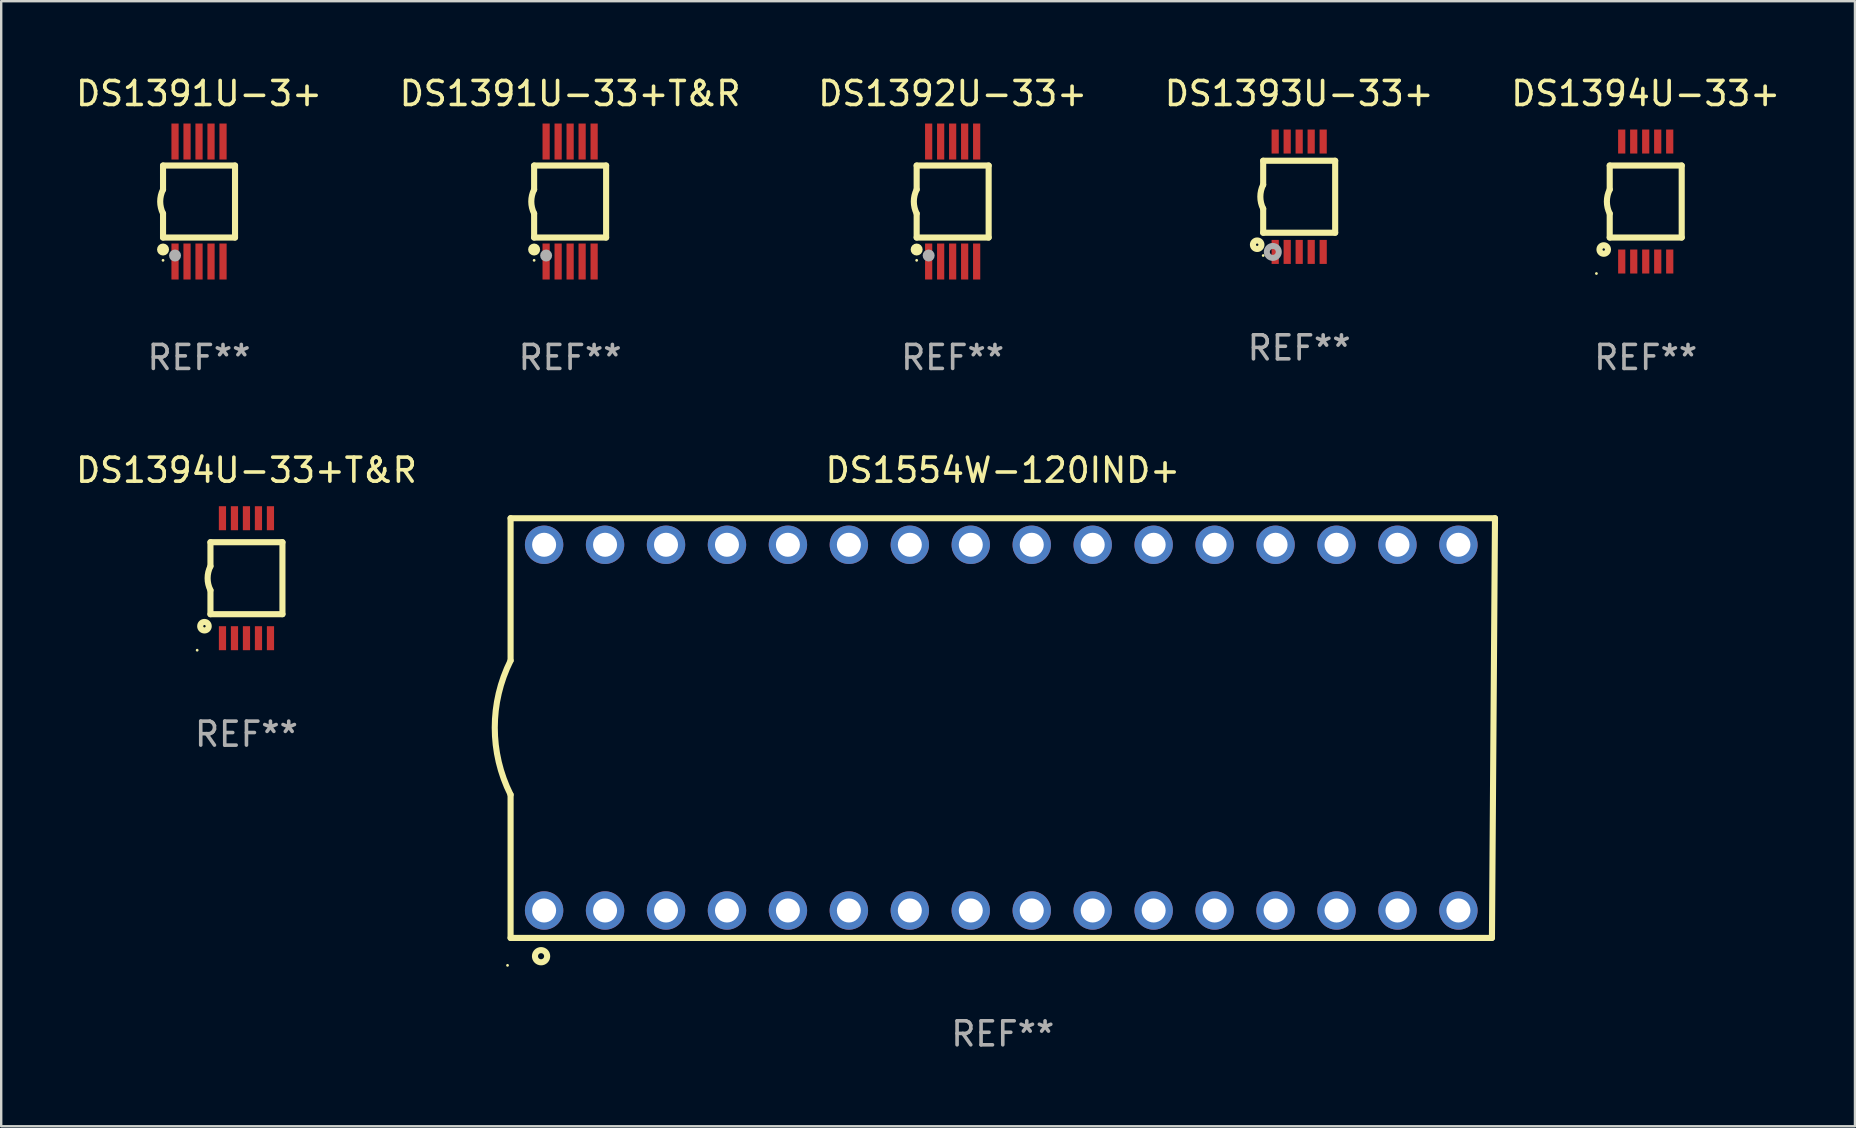
<source format=kicad_pcb>
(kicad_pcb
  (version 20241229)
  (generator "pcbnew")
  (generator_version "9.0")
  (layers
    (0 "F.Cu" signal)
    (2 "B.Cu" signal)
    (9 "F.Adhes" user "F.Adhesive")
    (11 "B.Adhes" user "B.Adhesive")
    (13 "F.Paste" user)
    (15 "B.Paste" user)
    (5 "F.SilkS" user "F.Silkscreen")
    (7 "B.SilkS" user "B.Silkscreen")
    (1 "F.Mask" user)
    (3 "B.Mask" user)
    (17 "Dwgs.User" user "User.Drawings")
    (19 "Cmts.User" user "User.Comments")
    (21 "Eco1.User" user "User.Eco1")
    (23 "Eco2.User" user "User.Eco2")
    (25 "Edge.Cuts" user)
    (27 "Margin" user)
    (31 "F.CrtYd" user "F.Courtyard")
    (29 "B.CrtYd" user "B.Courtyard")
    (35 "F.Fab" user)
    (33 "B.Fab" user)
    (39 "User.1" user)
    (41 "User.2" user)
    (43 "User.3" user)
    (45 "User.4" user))
  (footprint "DS1554W-120IND+"
    (layer "F.Cu")
    (at 38.738 27.29)
    (property "Reference" "DS1554W-120IND+" (at 0 -10.745 0) (layer "F.SilkS") (effects (font (size 1 1) (thickness 0.15))))
    (attr through_hole)
    (fp_line (start -20.511 -8.745) (end -20.511 -2.812) (stroke (width 0.254) (type solid)) (layer "F.SilkS"))
    (fp_line (start -20.511 8.745) (end -20.511 2.776) (stroke (width 0.254) (type solid)) (layer "F.SilkS"))
    (fp_line (start 20.384 8.745) (end -20.511 8.745) (stroke (width 0.254) (type solid)) (layer "F.SilkS"))
    (fp_line (start 20.384 8.745) (end 20.511 -8.745) (stroke (width 0.254) (type solid)) (layer "F.SilkS"))
    (fp_line (start 20.511 -8.745) (end -20.511 -8.745) (stroke (width 0.254) (type solid)) (layer "F.SilkS"))
    (fp_arc (start -20.510541 2.776022) (mid -21.170116 -0.017983) (end -20.510541 -2.811989) (stroke (width 0.254001) (type solid)) (layer "F.SilkS"))
    (fp_circle (center -20.638 9.888) (end -20.608 9.888) (stroke (width 0.06) (type solid)) (fill no) (layer "F.SilkS"))
    (fp_circle (center -19.241 9.507) (end -18.987 9.507) (stroke (width 0.254) (type solid)) (fill no) (layer "F.SilkS"))
    (fp_text user "REF**" (at 0 12.745 0) (layer "F.Fab") (effects (font (size 1 1) (thickness 0.15))))
    (pad "1" thru_hole circle (at -19.114 7.602) (size 1.6 1.6) (drill 1) (layers "*.Cu" "*.Mask"))
    (pad "2" thru_hole circle (at -16.574 7.602) (size 1.6 1.6) (drill 1) (layers "*.Cu" "*.Mask"))
    (pad "3" thru_hole circle (at -14.034 7.602) (size 1.6 1.6) (drill 1) (layers "*.Cu" "*.Mask"))
    (pad "4" thru_hole circle (at -11.494 7.602) (size 1.6 1.6) (drill 1) (layers "*.Cu" "*.Mask"))
    (pad "5" thru_hole circle (at -8.954 7.602) (size 1.6 1.6) (drill 1) (layers "*.Cu" "*.Mask"))
    (pad "6" thru_hole circle (at -6.414 7.602) (size 1.6 1.6) (drill 1) (layers "*.Cu" "*.Mask"))
    (pad "7" thru_hole circle (at -3.874 7.602) (size 1.6 1.6) (drill 1) (layers "*.Cu" "*.Mask"))
    (pad "8" thru_hole circle (at -1.334 7.602) (size 1.6 1.6) (drill 1) (layers "*.Cu" "*.Mask"))
    (pad "9" thru_hole circle (at 1.207 7.602) (size 1.6 1.6) (drill 1) (layers "*.Cu" "*.Mask"))
    (pad "10" thru_hole circle (at 3.747 7.602) (size 1.6 1.6) (drill 1) (layers "*.Cu" "*.Mask"))
    (pad "11" thru_hole circle (at 6.287 7.602) (size 1.6 1.6) (drill 1) (layers "*.Cu" "*.Mask"))
    (pad "12" thru_hole circle (at 8.827 7.602) (size 1.6 1.6) (drill 1) (layers "*.Cu" "*.Mask"))
    (pad "13" thru_hole circle (at 11.367 7.602) (size 1.6 1.6) (drill 1) (layers "*.Cu" "*.Mask"))
    (pad "14" thru_hole circle (at 13.907 7.602) (size 1.6 1.6) (drill 1) (layers "*.Cu" "*.Mask"))
    (pad "15" thru_hole circle (at 16.447 7.602) (size 1.6 1.6) (drill 1) (layers "*.Cu" "*.Mask"))
    (pad "16" thru_hole circle (at 18.987 7.602) (size 1.6 1.6) (drill 1) (layers "*.Cu" "*.Mask"))
    (pad "17" thru_hole circle (at 18.987 -7.638) (size 1.6 1.6) (drill 1) (layers "*.Cu" "*.Mask"))
    (pad "18" thru_hole circle (at 16.447 -7.638) (size 1.6 1.6) (drill 1) (layers "*.Cu" "*.Mask"))
    (pad "19" thru_hole circle (at 13.907 -7.638) (size 1.6 1.6) (drill 1) (layers "*.Cu" "*.Mask"))
    (pad "20" thru_hole circle (at 11.367 -7.638) (size 1.6 1.6) (drill 1) (layers "*.Cu" "*.Mask"))
    (pad "21" thru_hole circle (at 8.827 -7.638) (size 1.6 1.6) (drill 1) (layers "*.Cu" "*.Mask"))
    (pad "22" thru_hole circle (at 6.287 -7.638) (size 1.6 1.6) (drill 1) (layers "*.Cu" "*.Mask"))
    (pad "23" thru_hole circle (at 3.747 -7.638) (size 1.6 1.6) (drill 1) (layers "*.Cu" "*.Mask"))
    (pad "24" thru_hole circle (at 1.207 -7.638) (size 1.6 1.6) (drill 1) (layers "*.Cu" "*.Mask"))
    (pad "25" thru_hole circle (at -1.334 -7.638) (size 1.6 1.6) (drill 1) (layers "*.Cu" "*.Mask"))
    (pad "26" thru_hole circle (at -3.874 -7.638) (size 1.6 1.6) (drill 1) (layers "*.Cu" "*.Mask"))
    (pad "27" thru_hole circle (at -6.414 -7.638) (size 1.6 1.6) (drill 1) (layers "*.Cu" "*.Mask"))
    (pad "28" thru_hole circle (at -8.954 -7.638) (size 1.6 1.6) (drill 1) (layers "*.Cu" "*.Mask"))
    (pad "29" thru_hole circle (at -11.494 -7.638) (size 1.6 1.6) (drill 1) (layers "*.Cu" "*.Mask"))
    (pad "30" thru_hole circle (at -14.034 -7.638) (size 1.6 1.6) (drill 1) (layers "*.Cu" "*.Mask"))
    (pad "31" thru_hole circle (at -16.574 -7.638) (size 1.6 1.6) (drill 1) (layers "*.Cu" "*.Mask"))
    (pad "32" thru_hole circle (at -19.114 -7.638) (size 1.6 1.6) (drill 1) (layers "*.Cu" "*.Mask")))
  (footprint "DS1394U-33+T&R"
    (layer "F.Cu")
    (at 7.22 21.045)
    (property "Reference" "DS1394U-33+T&R" (at 0 -4.5 0) (layer "F.SilkS") (effects (font (size 1 1) (thickness 0.15))))
    (attr through_hole)
    (fp_line (start -1.5 -1.5) (end -1.5 -0.5) (stroke (width 0.254) (type solid)) (layer "F.SilkS"))
    (fp_line (start -1.5 1.5) (end -1.5 0.5) (stroke (width 0.254) (type solid)) (layer "F.SilkS"))
    (fp_line (start -1.5 1.5) (end 1.5 1.5) (stroke (width 0.254) (type solid)) (layer "F.SilkS"))
    (fp_line (start 1.5 1.5) (end 1.5 -1.5) (stroke (width 0.254) (type solid)) (layer "F.SilkS"))
    (fp_line (start 1.5 -1.5) (end -1.5 -1.5) (stroke (width 0.254) (type solid)) (layer "F.SilkS"))
    (fp_arc (start -1.500165 0.499873) (mid -1.618199 -0.000127) (end -1.500165 -0.500127) (stroke (width 0.254001) (type solid)) (layer "F.SilkS"))
    (fp_circle (center -2.054 3) (end -2.024 3) (stroke (width 0.06) (type solid)) (fill no) (layer "F.SilkS"))
    (fp_circle (center -1.75 2) (end -1.573 2) (stroke (width 0.254) (type solid)) (fill no) (layer "F.SilkS"))
    (fp_text user "REF**" (at 0 6.5 0) (layer "F.Fab") (effects (font (size 1 1) (thickness 0.15))))
    (pad "1" smd rect (at -0.999 2.5 180) (size 0.3 1) (layers "F.Cu" "F.Mask" "F.Paste"))
    (pad "2" smd rect (at -0.499 2.5 180) (size 0.3 1) (layers "F.Cu" "F.Mask" "F.Paste"))
    (pad "3" smd rect (at 0.001 2.5 180) (size 0.3 1) (layers "F.Cu" "F.Mask" "F.Paste"))
    (pad "4" smd rect (at 0.501 2.5 180) (size 0.3 1) (layers "F.Cu" "F.Mask" "F.Paste"))
    (pad "5" smd rect (at 1.001 2.5 180) (size 0.3 1) (layers "F.Cu" "F.Mask" "F.Paste"))
    (pad "6" smd rect (at 1 -2.5 180) (size 0.3 1) (layers "F.Cu" "F.Mask" "F.Paste"))
    (pad "7" smd rect (at 0.5 -2.5 180) (size 0.3 1) (layers "F.Cu" "F.Mask" "F.Paste"))
    (pad "8" smd rect (at -0.000165 -2.5 180) (size 0.3 1) (layers "F.Cu" "F.Mask" "F.Paste"))
    (pad "9" smd rect (at -0.5 -2.5 180) (size 0.3 1) (layers "F.Cu" "F.Mask" "F.Paste"))
    (pad "10" smd rect (at -1 -2.5 180) (size 0.3 1) (layers "F.Cu" "F.Mask" "F.Paste")))
  (footprint "DS1391U-33+T&R"
    (layer "F.Cu")
    (at 20.708 5.348)
    (property "Reference" "DS1391U-33+T&R" (at 0 -4.5 0) (layer "F.SilkS") (effects (font (size 1 1) (thickness 0.15))))
    (attr through_hole)
    (fp_line (start -1.5 -1.5) (end -1.5 -0.5) (stroke (width 0.254) (type solid)) (layer "F.SilkS"))
    (fp_line (start -1.5 1.5) (end -1.5 0.5) (stroke (width 0.254) (type solid)) (layer "F.SilkS"))
    (fp_line (start -1.5 1.5) (end 1.5 1.5) (stroke (width 0.254) (type solid)) (layer "F.SilkS"))
    (fp_line (start 1.5 -1.5) (end -1.5 -1.5) (stroke (width 0.254) (type solid)) (layer "F.SilkS"))
    (fp_line (start 1.5 1.5) (end 1.5 -1.5) (stroke (width 0.254) (type solid)) (layer "F.SilkS"))
    (fp_arc (start -1.500025 0.500076) (mid -1.618059 0.000076) (end -1.500025 -0.499924) (stroke (width 0.254001) (type solid)) (layer "F.SilkS"))
    (fp_circle (center -1.5 2) (end -1.375 2) (stroke (width 0.25) (type solid)) (fill no) (layer "F.SilkS"))
    (fp_circle (center -1.5 2.45) (end -1.47 2.45) (stroke (width 0.06) (type solid)) (fill no) (layer "F.SilkS"))
    (fp_circle (center -1 2.25) (end -0.875 2.25) (stroke (width 0.25) (type solid)) (fill no) (layer "F.Fab"))
    (fp_text user "REF**" (at 0 6.5 0) (layer "F.Fab") (effects (font (size 1 1) (thickness 0.15))))
    (pad "1" smd rect (at -1 2.5 180) (size 0.3 1.5) (layers "F.Cu" "F.Mask" "F.Paste"))
    (pad "2" smd rect (at -0.5 2.5 180) (size 0.3 1.5) (layers "F.Cu" "F.Mask" "F.Paste"))
    (pad "3" smd rect (at -0.000127 2.5 180) (size 0.3 1.5) (layers "F.Cu" "F.Mask" "F.Paste"))
    (pad "4" smd rect (at 0.5 2.5 180) (size 0.3 1.5) (layers "F.Cu" "F.Mask" "F.Paste"))
    (pad "5" smd rect (at 1 2.5 180) (size 0.3 1.5) (layers "F.Cu" "F.Mask" "F.Paste"))
    (pad "6" smd rect (at 1 -2.5 180) (size 0.3 1.5) (layers "F.Cu" "F.Mask" "F.Paste"))
    (pad "7" smd rect (at 0.5 -2.5 180) (size 0.3 1.5) (layers "F.Cu" "F.Mask" "F.Paste"))
    (pad "8" smd rect (at -0.000127 -2.5 180) (size 0.3 1.5) (layers "F.Cu" "F.Mask" "F.Paste"))
    (pad "9" smd rect (at -0.5 -2.5 180) (size 0.3 1.5) (layers "F.Cu" "F.Mask" "F.Paste"))
    (pad "10" smd rect (at -1 -2.5 180) (size 0.3 1.5) (layers "F.Cu" "F.Mask" "F.Paste")))
  (footprint "DS1393U-33+"
    (layer "F.Cu")
    (at 51.089 5.148)
    (property "Reference" "DS1393U-33+" (at 0 -4.3 0) (layer "F.SilkS") (effects (font (size 1 1) (thickness 0.15))))
    (attr through_hole)
    (fp_line (start -1.5 -1.5) (end -1.5 -0.5) (stroke (width 0.254) (type solid)) (layer "F.SilkS"))
    (fp_line (start -1.5 1.5) (end -1.5 0.5) (stroke (width 0.254) (type solid)) (layer "F.SilkS"))
    (fp_line (start -1.5 1.5) (end 1.5 1.5) (stroke (width 0.254) (type solid)) (layer "F.SilkS"))
    (fp_line (start 1.5 1.5) (end 1.5 -1.5) (stroke (width 0.254) (type solid)) (layer "F.SilkS"))
    (fp_line (start 1.5 -1.5) (end -1.5 -1.5) (stroke (width 0.254) (type solid)) (layer "F.SilkS"))
    (fp_arc (start -1.500165 0.5) (mid -1.618199 0) (end -1.500165 -0.5) (stroke (width 0.254001) (type solid)) (layer "F.SilkS"))
    (fp_circle (center -1.75 2) (end -1.573 2) (stroke (width 0.254) (type solid)) (fill no) (layer "F.SilkS"))
    (fp_circle (center -1.499 2.45) (end -1.469 2.45) (stroke (width 0.06) (type solid)) (fill no) (layer "F.SilkS"))
    (fp_circle (center -1.099 2.3) (end -0.975 2.3) (stroke (width 0.25) (type solid)) (fill no) (layer "F.Fab"))
    (fp_text user "REF**" (at 0 6.3 0) (layer "F.Fab") (effects (font (size 1 1) (thickness 0.15))))
    (pad "1" smd rect (at -0.999 2.3 180) (size 0.3 1) (layers "F.Cu" "F.Mask" "F.Paste"))
    (pad "2" smd rect (at -0.499 2.3 180) (size 0.3 1) (layers "F.Cu" "F.Mask" "F.Paste"))
    (pad "3" smd rect (at 0.001 2.3 180) (size 0.3 1) (layers "F.Cu" "F.Mask" "F.Paste"))
    (pad "4" smd rect (at 0.501 2.3 180) (size 0.3 1) (layers "F.Cu" "F.Mask" "F.Paste"))
    (pad "5" smd rect (at 1.001 2.3 180) (size 0.3 1) (layers "F.Cu" "F.Mask" "F.Paste"))
    (pad "6" smd rect (at 1 -2.3 180) (size 0.3 1) (layers "F.Cu" "F.Mask" "F.Paste"))
    (pad "7" smd rect (at 0.5 -2.3 180) (size 0.3 1) (layers "F.Cu" "F.Mask" "F.Paste"))
    (pad "8" smd rect (at -0.000165 -2.3 180) (size 0.3 1) (layers "F.Cu" "F.Mask" "F.Paste"))
    (pad "9" smd rect (at -0.5 -2.3 180) (size 0.3 1) (layers "F.Cu" "F.Mask" "F.Paste"))
    (pad "10" smd rect (at -1 -2.3 180) (size 0.3 1) (layers "F.Cu" "F.Mask" "F.Paste")))
  (footprint "DS1392U-33+"
    (layer "F.Cu")
    (at 36.649 5.348)
    (property "Reference" "DS1392U-33+" (at 0 -4.5 0) (layer "F.SilkS") (effects (font (size 1 1) (thickness 0.15))))
    (attr through_hole)
    (fp_line (start -1.5 -1.5) (end -1.5 -0.5) (stroke (width 0.254) (type solid)) (layer "F.SilkS"))
    (fp_line (start -1.5 1.5) (end -1.5 0.5) (stroke (width 0.254) (type solid)) (layer "F.SilkS"))
    (fp_line (start -1.5 1.5) (end 1.5 1.5) (stroke (width 0.254) (type solid)) (layer "F.SilkS"))
    (fp_line (start 1.5 -1.5) (end -1.5 -1.5) (stroke (width 0.254) (type solid)) (layer "F.SilkS"))
    (fp_line (start 1.5 1.5) (end 1.5 -1.5) (stroke (width 0.254) (type solid)) (layer "F.SilkS"))
    (fp_arc (start -1.500025 0.500076) (mid -1.618059 0.000076) (end -1.500025 -0.499924) (stroke (width 0.254001) (type solid)) (layer "F.SilkS"))
    (fp_circle (center -1.5 2) (end -1.375 2) (stroke (width 0.25) (type solid)) (fill no) (layer "F.SilkS"))
    (fp_circle (center -1.5 2.45) (end -1.47 2.45) (stroke (width 0.06) (type solid)) (fill no) (layer "F.SilkS"))
    (fp_circle (center -1 2.25) (end -0.875 2.25) (stroke (width 0.25) (type solid)) (fill no) (layer "F.Fab"))
    (fp_text user "REF**" (at 0 6.5 0) (layer "F.Fab") (effects (font (size 1 1) (thickness 0.15))))
    (pad "1" smd rect (at -1 2.5 180) (size 0.3 1.5) (layers "F.Cu" "F.Mask" "F.Paste"))
    (pad "2" smd rect (at -0.5 2.5 180) (size 0.3 1.5) (layers "F.Cu" "F.Mask" "F.Paste"))
    (pad "3" smd rect (at -0.000127 2.5 180) (size 0.3 1.5) (layers "F.Cu" "F.Mask" "F.Paste"))
    (pad "4" smd rect (at 0.5 2.5 180) (size 0.3 1.5) (layers "F.Cu" "F.Mask" "F.Paste"))
    (pad "5" smd rect (at 1 2.5 180) (size 0.3 1.5) (layers "F.Cu" "F.Mask" "F.Paste"))
    (pad "6" smd rect (at 1 -2.5 180) (size 0.3 1.5) (layers "F.Cu" "F.Mask" "F.Paste"))
    (pad "7" smd rect (at 0.5 -2.5 180) (size 0.3 1.5) (layers "F.Cu" "F.Mask" "F.Paste"))
    (pad "8" smd rect (at -0.000127 -2.5 180) (size 0.3 1.5) (layers "F.Cu" "F.Mask" "F.Paste"))
    (pad "9" smd rect (at -0.5 -2.5 180) (size 0.3 1.5) (layers "F.Cu" "F.Mask" "F.Paste"))
    (pad "10" smd rect (at -1 -2.5 180) (size 0.3 1.5) (layers "F.Cu" "F.Mask" "F.Paste")))
  (footprint "DS1394U-33+"
    (layer "F.Cu")
    (at 65.53 5.348)
    (property "Reference" "DS1394U-33+" (at 0 -4.5 0) (layer "F.SilkS") (effects (font (size 1 1) (thickness 0.15))))
    (attr through_hole)
    (fp_line (start -1.5 -1.5) (end -1.5 -0.5) (stroke (width 0.254) (type solid)) (layer "F.SilkS"))
    (fp_line (start -1.5 1.5) (end -1.5 0.5) (stroke (width 0.254) (type solid)) (layer "F.SilkS"))
    (fp_line (start -1.5 1.5) (end 1.5 1.5) (stroke (width 0.254) (type solid)) (layer "F.SilkS"))
    (fp_line (start 1.5 1.5) (end 1.5 -1.5) (stroke (width 0.254) (type solid)) (layer "F.SilkS"))
    (fp_line (start 1.5 -1.5) (end -1.5 -1.5) (stroke (width 0.254) (type solid)) (layer "F.SilkS"))
    (fp_arc (start -1.500165 0.499873) (mid -1.618199 -0.000127) (end -1.500165 -0.500127) (stroke (width 0.254001) (type solid)) (layer "F.SilkS"))
    (fp_circle (center -2.054 3) (end -2.024 3) (stroke (width 0.06) (type solid)) (fill no) (layer "F.SilkS"))
    (fp_circle (center -1.75 2) (end -1.573 2) (stroke (width 0.254) (type solid)) (fill no) (layer "F.SilkS"))
    (fp_text user "REF**" (at 0 6.5 0) (layer "F.Fab") (effects (font (size 1 1) (thickness 0.15))))
    (pad "1" smd rect (at -0.999 2.5 180) (size 0.3 1) (layers "F.Cu" "F.Mask" "F.Paste"))
    (pad "2" smd rect (at -0.499 2.5 180) (size 0.3 1) (layers "F.Cu" "F.Mask" "F.Paste"))
    (pad "3" smd rect (at 0.001 2.5 180) (size 0.3 1) (layers "F.Cu" "F.Mask" "F.Paste"))
    (pad "4" smd rect (at 0.501 2.5 180) (size 0.3 1) (layers "F.Cu" "F.Mask" "F.Paste"))
    (pad "5" smd rect (at 1.001 2.5 180) (size 0.3 1) (layers "F.Cu" "F.Mask" "F.Paste"))
    (pad "6" smd rect (at 1 -2.5 180) (size 0.3 1) (layers "F.Cu" "F.Mask" "F.Paste"))
    (pad "7" smd rect (at 0.5 -2.5 180) (size 0.3 1) (layers "F.Cu" "F.Mask" "F.Paste"))
    (pad "8" smd rect (at -0.000165 -2.5 180) (size 0.3 1) (layers "F.Cu" "F.Mask" "F.Paste"))
    (pad "9" smd rect (at -0.5 -2.5 180) (size 0.3 1) (layers "F.Cu" "F.Mask" "F.Paste"))
    (pad "10" smd rect (at -1 -2.5 180) (size 0.3 1) (layers "F.Cu" "F.Mask" "F.Paste")))
  (footprint "DS1391U-3+"
    (layer "F.Cu")
    (at 5.244 5.348)
    (property "Reference" "DS1391U-3+" (at 0 -4.5 0) (layer "F.SilkS") (effects (font (size 1 1) (thickness 0.15))))
    (attr through_hole)
    (fp_line (start -1.5 -1.5) (end -1.5 -0.5) (stroke (width 0.254) (type solid)) (layer "F.SilkS"))
    (fp_line (start -1.5 1.5) (end -1.5 0.5) (stroke (width 0.254) (type solid)) (layer "F.SilkS"))
    (fp_line (start -1.5 1.5) (end 1.5 1.5) (stroke (width 0.254) (type solid)) (layer "F.SilkS"))
    (fp_line (start 1.5 -1.5) (end -1.5 -1.5) (stroke (width 0.254) (type solid)) (layer "F.SilkS"))
    (fp_line (start 1.5 1.5) (end 1.5 -1.5) (stroke (width 0.254) (type solid)) (layer "F.SilkS"))
    (fp_arc (start -1.500025 0.500076) (mid -1.618059 0.000076) (end -1.500025 -0.499924) (stroke (width 0.254001) (type solid)) (layer "F.SilkS"))
    (fp_circle (center -1.5 2) (end -1.375 2) (stroke (width 0.25) (type solid)) (fill no) (layer "F.SilkS"))
    (fp_circle (center -1.5 2.45) (end -1.47 2.45) (stroke (width 0.06) (type solid)) (fill no) (layer "F.SilkS"))
    (fp_circle (center -1 2.25) (end -0.875 2.25) (stroke (width 0.25) (type solid)) (fill no) (layer "F.Fab"))
    (fp_text user "REF**" (at 0 6.5 0) (layer "F.Fab") (effects (font (size 1 1) (thickness 0.15))))
    (pad "1" smd rect (at -1 2.5 180) (size 0.3 1.5) (layers "F.Cu" "F.Mask" "F.Paste"))
    (pad "2" smd rect (at -0.5 2.5 180) (size 0.3 1.5) (layers "F.Cu" "F.Mask" "F.Paste"))
    (pad "3" smd rect (at -0.000127 2.5 180) (size 0.3 1.5) (layers "F.Cu" "F.Mask" "F.Paste"))
    (pad "4" smd rect (at 0.5 2.5 180) (size 0.3 1.5) (layers "F.Cu" "F.Mask" "F.Paste"))
    (pad "5" smd rect (at 1 2.5 180) (size 0.3 1.5) (layers "F.Cu" "F.Mask" "F.Paste"))
    (pad "6" smd rect (at 1 -2.5 180) (size 0.3 1.5) (layers "F.Cu" "F.Mask" "F.Paste"))
    (pad "7" smd rect (at 0.5 -2.5 180) (size 0.3 1.5) (layers "F.Cu" "F.Mask" "F.Paste"))
    (pad "8" smd rect (at -0.000127 -2.5 180) (size 0.3 1.5) (layers "F.Cu" "F.Mask" "F.Paste"))
    (pad "9" smd rect (at -0.5 -2.5 180) (size 0.3 1.5) (layers "F.Cu" "F.Mask" "F.Paste"))
    (pad "10" smd rect (at -1 -2.5 180) (size 0.3 1.5) (layers "F.Cu" "F.Mask" "F.Paste")))
  (gr_rect
    (start -3 -3)
    (end 74.25 43.883)
    (stroke (width 0.1) (type default))
    (fill no)
    (layer "Edge.Cuts")))
</source>
